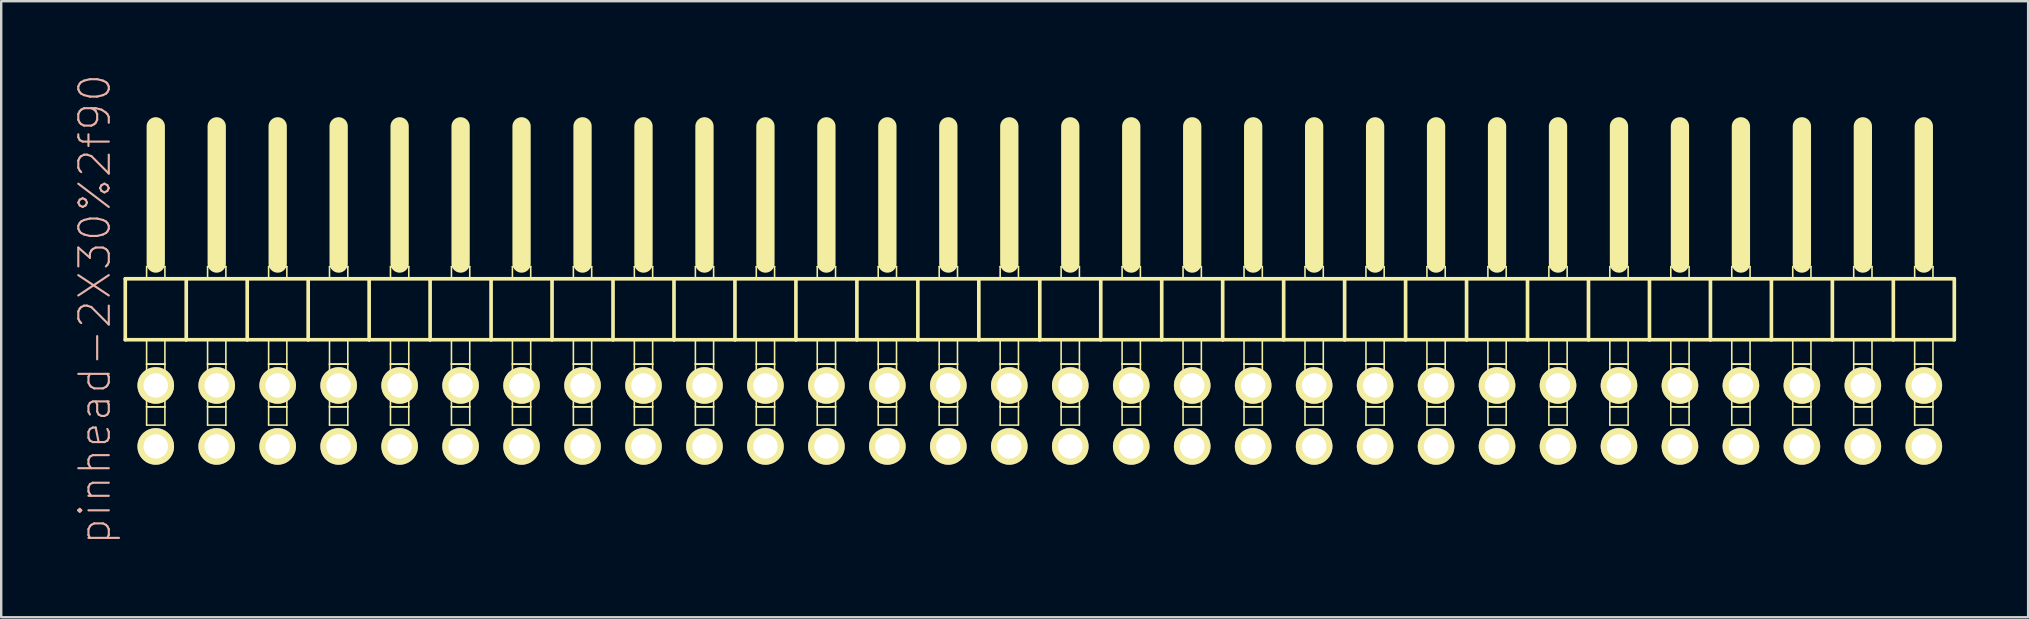
<source format=kicad_pcb>
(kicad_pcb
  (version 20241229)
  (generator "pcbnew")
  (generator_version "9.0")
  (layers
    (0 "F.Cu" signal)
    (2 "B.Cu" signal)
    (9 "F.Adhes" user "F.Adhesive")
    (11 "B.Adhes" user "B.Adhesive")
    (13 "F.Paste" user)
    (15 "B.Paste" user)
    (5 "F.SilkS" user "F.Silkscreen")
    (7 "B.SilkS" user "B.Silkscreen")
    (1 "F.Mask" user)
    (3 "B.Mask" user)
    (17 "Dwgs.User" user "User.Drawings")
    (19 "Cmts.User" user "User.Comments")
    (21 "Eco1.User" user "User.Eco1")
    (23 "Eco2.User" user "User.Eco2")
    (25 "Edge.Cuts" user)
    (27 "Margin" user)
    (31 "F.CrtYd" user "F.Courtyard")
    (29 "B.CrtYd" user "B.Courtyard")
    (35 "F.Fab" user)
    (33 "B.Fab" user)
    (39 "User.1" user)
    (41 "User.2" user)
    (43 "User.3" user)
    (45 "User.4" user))
  (footprint "pinhead-2X30%2f90"
    (layer "F.Cu")
    (at 40.269 9.199)
    (property "Reference" "pinhead-2X30%2f90" (at -39.37 0.635 90) (layer "B.SilkS") (effects (font (size 1.27 1.27) (thickness 0.089))))
    (attr exclude_from_pos_files exclude_from_bom)
    (fp_line (start -38.1 -0.635) (end -38.1 1.905) (stroke (width 0.152) (type solid)) (layer "F.SilkS"))
    (fp_line (start -38.1 1.905) (end -35.56 1.905) (stroke (width 0.152) (type solid)) (layer "F.SilkS"))
    (fp_line (start -37.211 -1.143) (end -36.449 -1.143) (stroke (width 0.066) (type solid)) (layer "F.SilkS"))
    (fp_line (start -37.211 -0.635) (end -37.211 -1.143) (stroke (width 0.066) (type solid)) (layer "F.SilkS"))
    (fp_line (start -37.211 -0.635) (end -36.449 -0.635) (stroke (width 0.066) (type solid)) (layer "F.SilkS"))
    (fp_line (start -37.211 1.905) (end -36.449 1.905) (stroke (width 0.066) (type solid)) (layer "F.SilkS"))
    (fp_line (start -37.211 2.921) (end -37.211 1.905) (stroke (width 0.066) (type solid)) (layer "F.SilkS"))
    (fp_line (start -37.211 2.921) (end -36.449 2.921) (stroke (width 0.066) (type solid)) (layer "F.SilkS"))
    (fp_line (start -37.211 2.921) (end -36.449 2.921) (stroke (width 0.066) (type solid)) (layer "F.SilkS"))
    (fp_line (start -37.211 4.699) (end -37.211 2.921) (stroke (width 0.066) (type solid)) (layer "F.SilkS"))
    (fp_line (start -37.211 4.699) (end -36.449 4.699) (stroke (width 0.066) (type solid)) (layer "F.SilkS"))
    (fp_line (start -37.211 4.699) (end -36.449 4.699) (stroke (width 0.066) (type solid)) (layer "F.SilkS"))
    (fp_line (start -37.211 5.461) (end -37.211 4.699) (stroke (width 0.066) (type solid)) (layer "F.SilkS"))
    (fp_line (start -37.211 5.461) (end -36.449 5.461) (stroke (width 0.066) (type solid)) (layer "F.SilkS"))
    (fp_line (start -36.83 -6.985) (end -36.83 -1.27) (stroke (width 0.762) (type solid)) (layer "F.SilkS"))
    (fp_line (start -36.449 -0.635) (end -36.449 -1.143) (stroke (width 0.066) (type solid)) (layer "F.SilkS"))
    (fp_line (start -36.449 2.921) (end -36.449 1.905) (stroke (width 0.066) (type solid)) (layer "F.SilkS"))
    (fp_line (start -36.449 4.699) (end -36.449 2.921) (stroke (width 0.066) (type solid)) (layer "F.SilkS"))
    (fp_line (start -36.449 5.461) (end -36.449 4.699) (stroke (width 0.066) (type solid)) (layer "F.SilkS"))
    (fp_line (start -35.56 -0.635) (end -38.1 -0.635) (stroke (width 0.152) (type solid)) (layer "F.SilkS"))
    (fp_line (start -35.56 1.905) (end -35.56 -0.635) (stroke (width 0.152) (type solid)) (layer "F.SilkS"))
    (fp_line (start -35.56 1.905) (end -33.02 1.905) (stroke (width 0.152) (type solid)) (layer "F.SilkS"))
    (fp_line (start -34.671 -1.143) (end -33.909 -1.143) (stroke (width 0.066) (type solid)) (layer "F.SilkS"))
    (fp_line (start -34.671 -0.635) (end -34.671 -1.143) (stroke (width 0.066) (type solid)) (layer "F.SilkS"))
    (fp_line (start -34.671 -0.635) (end -33.909 -0.635) (stroke (width 0.066) (type solid)) (layer "F.SilkS"))
    (fp_line (start -34.671 1.905) (end -33.909 1.905) (stroke (width 0.066) (type solid)) (layer "F.SilkS"))
    (fp_line (start -34.671 2.921) (end -34.671 1.905) (stroke (width 0.066) (type solid)) (layer "F.SilkS"))
    (fp_line (start -34.671 2.921) (end -33.909 2.921) (stroke (width 0.066) (type solid)) (layer "F.SilkS"))
    (fp_line (start -34.671 2.921) (end -33.909 2.921) (stroke (width 0.066) (type solid)) (layer "F.SilkS"))
    (fp_line (start -34.671 4.699) (end -34.671 2.921) (stroke (width 0.066) (type solid)) (layer "F.SilkS"))
    (fp_line (start -34.671 4.699) (end -33.909 4.699) (stroke (width 0.066) (type solid)) (layer "F.SilkS"))
    (fp_line (start -34.671 4.699) (end -33.909 4.699) (stroke (width 0.066) (type solid)) (layer "F.SilkS"))
    (fp_line (start -34.671 5.461) (end -34.671 4.699) (stroke (width 0.066) (type solid)) (layer "F.SilkS"))
    (fp_line (start -34.671 5.461) (end -33.909 5.461) (stroke (width 0.066) (type solid)) (layer "F.SilkS"))
    (fp_line (start -34.29 -6.985) (end -34.29 -1.27) (stroke (width 0.762) (type solid)) (layer "F.SilkS"))
    (fp_line (start -33.909 -0.635) (end -33.909 -1.143) (stroke (width 0.066) (type solid)) (layer "F.SilkS"))
    (fp_line (start -33.909 2.921) (end -33.909 1.905) (stroke (width 0.066) (type solid)) (layer "F.SilkS"))
    (fp_line (start -33.909 4.699) (end -33.909 2.921) (stroke (width 0.066) (type solid)) (layer "F.SilkS"))
    (fp_line (start -33.909 5.461) (end -33.909 4.699) (stroke (width 0.066) (type solid)) (layer "F.SilkS"))
    (fp_line (start -33.02 -0.635) (end -35.56 -0.635) (stroke (width 0.152) (type solid)) (layer "F.SilkS"))
    (fp_line (start -33.02 1.905) (end -33.02 -0.635) (stroke (width 0.152) (type solid)) (layer "F.SilkS"))
    (fp_line (start -33.02 1.905) (end -30.48 1.905) (stroke (width 0.152) (type solid)) (layer "F.SilkS"))
    (fp_line (start -32.128 -1.143) (end -31.369 -1.143) (stroke (width 0.066) (type solid)) (layer "F.SilkS"))
    (fp_line (start -32.128 -0.635) (end -32.128 -1.143) (stroke (width 0.066) (type solid)) (layer "F.SilkS"))
    (fp_line (start -32.128 -0.635) (end -31.369 -0.635) (stroke (width 0.066) (type solid)) (layer "F.SilkS"))
    (fp_line (start -32.128 1.905) (end -31.369 1.905) (stroke (width 0.066) (type solid)) (layer "F.SilkS"))
    (fp_line (start -32.128 2.921) (end -32.128 1.905) (stroke (width 0.066) (type solid)) (layer "F.SilkS"))
    (fp_line (start -32.128 2.921) (end -31.369 2.921) (stroke (width 0.066) (type solid)) (layer "F.SilkS"))
    (fp_line (start -32.128 2.921) (end -31.369 2.921) (stroke (width 0.066) (type solid)) (layer "F.SilkS"))
    (fp_line (start -32.128 4.699) (end -32.128 2.921) (stroke (width 0.066) (type solid)) (layer "F.SilkS"))
    (fp_line (start -32.128 4.699) (end -31.369 4.699) (stroke (width 0.066) (type solid)) (layer "F.SilkS"))
    (fp_line (start -32.128 4.699) (end -31.369 4.699) (stroke (width 0.066) (type solid)) (layer "F.SilkS"))
    (fp_line (start -32.128 5.461) (end -32.128 4.699) (stroke (width 0.066) (type solid)) (layer "F.SilkS"))
    (fp_line (start -32.128 5.461) (end -31.369 5.461) (stroke (width 0.066) (type solid)) (layer "F.SilkS"))
    (fp_line (start -31.75 -6.985) (end -31.75 -1.27) (stroke (width 0.762) (type solid)) (layer "F.SilkS"))
    (fp_line (start -31.369 -0.635) (end -31.369 -1.143) (stroke (width 0.066) (type solid)) (layer "F.SilkS"))
    (fp_line (start -31.369 2.921) (end -31.369 1.905) (stroke (width 0.066) (type solid)) (layer "F.SilkS"))
    (fp_line (start -31.369 4.699) (end -31.369 2.921) (stroke (width 0.066) (type solid)) (layer "F.SilkS"))
    (fp_line (start -31.369 5.461) (end -31.369 4.699) (stroke (width 0.066) (type solid)) (layer "F.SilkS"))
    (fp_line (start -30.48 -0.635) (end -33.02 -0.635) (stroke (width 0.152) (type solid)) (layer "F.SilkS"))
    (fp_line (start -30.48 1.905) (end -30.48 -0.635) (stroke (width 0.152) (type solid)) (layer "F.SilkS"))
    (fp_line (start -30.48 1.905) (end -27.94 1.905) (stroke (width 0.152) (type solid)) (layer "F.SilkS"))
    (fp_line (start -29.591 -1.143) (end -28.829 -1.143) (stroke (width 0.066) (type solid)) (layer "F.SilkS"))
    (fp_line (start -29.591 -0.635) (end -29.591 -1.143) (stroke (width 0.066) (type solid)) (layer "F.SilkS"))
    (fp_line (start -29.591 -0.635) (end -28.829 -0.635) (stroke (width 0.066) (type solid)) (layer "F.SilkS"))
    (fp_line (start -29.591 1.905) (end -28.829 1.905) (stroke (width 0.066) (type solid)) (layer "F.SilkS"))
    (fp_line (start -29.591 2.921) (end -29.591 1.905) (stroke (width 0.066) (type solid)) (layer "F.SilkS"))
    (fp_line (start -29.591 2.921) (end -28.829 2.921) (stroke (width 0.066) (type solid)) (layer "F.SilkS"))
    (fp_line (start -29.591 2.921) (end -28.829 2.921) (stroke (width 0.066) (type solid)) (layer "F.SilkS"))
    (fp_line (start -29.591 4.699) (end -29.591 2.921) (stroke (width 0.066) (type solid)) (layer "F.SilkS"))
    (fp_line (start -29.591 4.699) (end -28.829 4.699) (stroke (width 0.066) (type solid)) (layer "F.SilkS"))
    (fp_line (start -29.591 4.699) (end -28.829 4.699) (stroke (width 0.066) (type solid)) (layer "F.SilkS"))
    (fp_line (start -29.591 5.461) (end -29.591 4.699) (stroke (width 0.066) (type solid)) (layer "F.SilkS"))
    (fp_line (start -29.591 5.461) (end -28.829 5.461) (stroke (width 0.066) (type solid)) (layer "F.SilkS"))
    (fp_line (start -29.21 -6.985) (end -29.21 -1.27) (stroke (width 0.762) (type solid)) (layer "F.SilkS"))
    (fp_line (start -28.829 -0.635) (end -28.829 -1.143) (stroke (width 0.066) (type solid)) (layer "F.SilkS"))
    (fp_line (start -28.829 2.921) (end -28.829 1.905) (stroke (width 0.066) (type solid)) (layer "F.SilkS"))
    (fp_line (start -28.829 4.699) (end -28.829 2.921) (stroke (width 0.066) (type solid)) (layer "F.SilkS"))
    (fp_line (start -28.829 5.461) (end -28.829 4.699) (stroke (width 0.066) (type solid)) (layer "F.SilkS"))
    (fp_line (start -27.94 -0.635) (end -30.48 -0.635) (stroke (width 0.152) (type solid)) (layer "F.SilkS"))
    (fp_line (start -27.94 1.905) (end -27.94 -0.635) (stroke (width 0.152) (type solid)) (layer "F.SilkS"))
    (fp_line (start -27.94 1.905) (end -25.4 1.905) (stroke (width 0.152) (type solid)) (layer "F.SilkS"))
    (fp_line (start -27.051 -1.143) (end -26.289 -1.143) (stroke (width 0.066) (type solid)) (layer "F.SilkS"))
    (fp_line (start -27.051 -0.635) (end -27.051 -1.143) (stroke (width 0.066) (type solid)) (layer "F.SilkS"))
    (fp_line (start -27.051 -0.635) (end -26.289 -0.635) (stroke (width 0.066) (type solid)) (layer "F.SilkS"))
    (fp_line (start -27.051 1.905) (end -26.289 1.905) (stroke (width 0.066) (type solid)) (layer "F.SilkS"))
    (fp_line (start -27.051 2.921) (end -27.051 1.905) (stroke (width 0.066) (type solid)) (layer "F.SilkS"))
    (fp_line (start -27.051 2.921) (end -26.289 2.921) (stroke (width 0.066) (type solid)) (layer "F.SilkS"))
    (fp_line (start -27.051 2.921) (end -26.289 2.921) (stroke (width 0.066) (type solid)) (layer "F.SilkS"))
    (fp_line (start -27.051 4.699) (end -27.051 2.921) (stroke (width 0.066) (type solid)) (layer "F.SilkS"))
    (fp_line (start -27.051 4.699) (end -26.289 4.699) (stroke (width 0.066) (type solid)) (layer "F.SilkS"))
    (fp_line (start -27.051 4.699) (end -26.289 4.699) (stroke (width 0.066) (type solid)) (layer "F.SilkS"))
    (fp_line (start -27.051 5.461) (end -27.051 4.699) (stroke (width 0.066) (type solid)) (layer "F.SilkS"))
    (fp_line (start -27.051 5.461) (end -26.289 5.461) (stroke (width 0.066) (type solid)) (layer "F.SilkS"))
    (fp_line (start -26.67 -6.985) (end -26.67 -1.27) (stroke (width 0.762) (type solid)) (layer "F.SilkS"))
    (fp_line (start -26.289 -0.635) (end -26.289 -1.143) (stroke (width 0.066) (type solid)) (layer "F.SilkS"))
    (fp_line (start -26.289 2.921) (end -26.289 1.905) (stroke (width 0.066) (type solid)) (layer "F.SilkS"))
    (fp_line (start -26.289 4.699) (end -26.289 2.921) (stroke (width 0.066) (type solid)) (layer "F.SilkS"))
    (fp_line (start -26.289 5.461) (end -26.289 4.699) (stroke (width 0.066) (type solid)) (layer "F.SilkS"))
    (fp_line (start -25.4 -0.635) (end -27.94 -0.635) (stroke (width 0.152) (type solid)) (layer "F.SilkS"))
    (fp_line (start -25.4 1.905) (end -25.4 -0.635) (stroke (width 0.152) (type solid)) (layer "F.SilkS"))
    (fp_line (start -25.4 1.905) (end -22.86 1.905) (stroke (width 0.152) (type solid)) (layer "F.SilkS"))
    (fp_line (start -24.511 -1.143) (end -23.749 -1.143) (stroke (width 0.066) (type solid)) (layer "F.SilkS"))
    (fp_line (start -24.511 -0.635) (end -24.511 -1.143) (stroke (width 0.066) (type solid)) (layer "F.SilkS"))
    (fp_line (start -24.511 -0.635) (end -23.749 -0.635) (stroke (width 0.066) (type solid)) (layer "F.SilkS"))
    (fp_line (start -24.511 1.905) (end -23.749 1.905) (stroke (width 0.066) (type solid)) (layer "F.SilkS"))
    (fp_line (start -24.511 2.921) (end -24.511 1.905) (stroke (width 0.066) (type solid)) (layer "F.SilkS"))
    (fp_line (start -24.511 2.921) (end -23.749 2.921) (stroke (width 0.066) (type solid)) (layer "F.SilkS"))
    (fp_line (start -24.511 2.921) (end -23.749 2.921) (stroke (width 0.066) (type solid)) (layer "F.SilkS"))
    (fp_line (start -24.511 4.699) (end -24.511 2.921) (stroke (width 0.066) (type solid)) (layer "F.SilkS"))
    (fp_line (start -24.511 4.699) (end -23.749 4.699) (stroke (width 0.066) (type solid)) (layer "F.SilkS"))
    (fp_line (start -24.511 4.699) (end -23.749 4.699) (stroke (width 0.066) (type solid)) (layer "F.SilkS"))
    (fp_line (start -24.511 5.461) (end -24.511 4.699) (stroke (width 0.066) (type solid)) (layer "F.SilkS"))
    (fp_line (start -24.511 5.461) (end -23.749 5.461) (stroke (width 0.066) (type solid)) (layer "F.SilkS"))
    (fp_line (start -24.13 -6.985) (end -24.13 -1.27) (stroke (width 0.762) (type solid)) (layer "F.SilkS"))
    (fp_line (start -23.749 -0.635) (end -23.749 -1.143) (stroke (width 0.066) (type solid)) (layer "F.SilkS"))
    (fp_line (start -23.749 2.921) (end -23.749 1.905) (stroke (width 0.066) (type solid)) (layer "F.SilkS"))
    (fp_line (start -23.749 4.699) (end -23.749 2.921) (stroke (width 0.066) (type solid)) (layer "F.SilkS"))
    (fp_line (start -23.749 5.461) (end -23.749 4.699) (stroke (width 0.066) (type solid)) (layer "F.SilkS"))
    (fp_line (start -22.86 -0.635) (end -25.4 -0.635) (stroke (width 0.152) (type solid)) (layer "F.SilkS"))
    (fp_line (start -22.86 1.905) (end -22.86 -0.635) (stroke (width 0.152) (type solid)) (layer "F.SilkS"))
    (fp_line (start -22.86 1.905) (end -20.32 1.905) (stroke (width 0.152) (type solid)) (layer "F.SilkS"))
    (fp_line (start -21.971 -1.143) (end -21.209 -1.143) (stroke (width 0.066) (type solid)) (layer "F.SilkS"))
    (fp_line (start -21.971 -0.635) (end -21.971 -1.143) (stroke (width 0.066) (type solid)) (layer "F.SilkS"))
    (fp_line (start -21.971 -0.635) (end -21.209 -0.635) (stroke (width 0.066) (type solid)) (layer "F.SilkS"))
    (fp_line (start -21.971 1.905) (end -21.209 1.905) (stroke (width 0.066) (type solid)) (layer "F.SilkS"))
    (fp_line (start -21.971 2.921) (end -21.971 1.905) (stroke (width 0.066) (type solid)) (layer "F.SilkS"))
    (fp_line (start -21.971 2.921) (end -21.209 2.921) (stroke (width 0.066) (type solid)) (layer "F.SilkS"))
    (fp_line (start -21.971 2.921) (end -21.209 2.921) (stroke (width 0.066) (type solid)) (layer "F.SilkS"))
    (fp_line (start -21.971 4.699) (end -21.971 2.921) (stroke (width 0.066) (type solid)) (layer "F.SilkS"))
    (fp_line (start -21.971 4.699) (end -21.209 4.699) (stroke (width 0.066) (type solid)) (layer "F.SilkS"))
    (fp_line (start -21.971 4.699) (end -21.209 4.699) (stroke (width 0.066) (type solid)) (layer "F.SilkS"))
    (fp_line (start -21.971 5.461) (end -21.971 4.699) (stroke (width 0.066) (type solid)) (layer "F.SilkS"))
    (fp_line (start -21.971 5.461) (end -21.209 5.461) (stroke (width 0.066) (type solid)) (layer "F.SilkS"))
    (fp_line (start -21.59 -6.985) (end -21.59 -1.27) (stroke (width 0.762) (type solid)) (layer "F.SilkS"))
    (fp_line (start -21.209 -0.635) (end -21.209 -1.143) (stroke (width 0.066) (type solid)) (layer "F.SilkS"))
    (fp_line (start -21.209 2.921) (end -21.209 1.905) (stroke (width 0.066) (type solid)) (layer "F.SilkS"))
    (fp_line (start -21.209 4.699) (end -21.209 2.921) (stroke (width 0.066) (type solid)) (layer "F.SilkS"))
    (fp_line (start -21.209 5.461) (end -21.209 4.699) (stroke (width 0.066) (type solid)) (layer "F.SilkS"))
    (fp_line (start -20.32 -0.635) (end -22.86 -0.635) (stroke (width 0.152) (type solid)) (layer "F.SilkS"))
    (fp_line (start -20.32 1.905) (end -20.32 -0.635) (stroke (width 0.152) (type solid)) (layer "F.SilkS"))
    (fp_line (start -20.32 1.905) (end -17.78 1.905) (stroke (width 0.152) (type solid)) (layer "F.SilkS"))
    (fp_line (start -19.431 -1.143) (end -18.669 -1.143) (stroke (width 0.066) (type solid)) (layer "F.SilkS"))
    (fp_line (start -19.431 -0.635) (end -19.431 -1.143) (stroke (width 0.066) (type solid)) (layer "F.SilkS"))
    (fp_line (start -19.431 -0.635) (end -18.669 -0.635) (stroke (width 0.066) (type solid)) (layer "F.SilkS"))
    (fp_line (start -19.431 1.905) (end -18.669 1.905) (stroke (width 0.066) (type solid)) (layer "F.SilkS"))
    (fp_line (start -19.431 2.921) (end -19.431 1.905) (stroke (width 0.066) (type solid)) (layer "F.SilkS"))
    (fp_line (start -19.431 2.921) (end -18.669 2.921) (stroke (width 0.066) (type solid)) (layer "F.SilkS"))
    (fp_line (start -19.431 2.921) (end -18.669 2.921) (stroke (width 0.066) (type solid)) (layer "F.SilkS"))
    (fp_line (start -19.431 4.699) (end -19.431 2.921) (stroke (width 0.066) (type solid)) (layer "F.SilkS"))
    (fp_line (start -19.431 4.699) (end -18.669 4.699) (stroke (width 0.066) (type solid)) (layer "F.SilkS"))
    (fp_line (start -19.431 4.699) (end -18.669 4.699) (stroke (width 0.066) (type solid)) (layer "F.SilkS"))
    (fp_line (start -19.431 5.461) (end -19.431 4.699) (stroke (width 0.066) (type solid)) (layer "F.SilkS"))
    (fp_line (start -19.431 5.461) (end -18.669 5.461) (stroke (width 0.066) (type solid)) (layer "F.SilkS"))
    (fp_line (start -19.05 -6.985) (end -19.05 -1.27) (stroke (width 0.762) (type solid)) (layer "F.SilkS"))
    (fp_line (start -18.669 -0.635) (end -18.669 -1.143) (stroke (width 0.066) (type solid)) (layer "F.SilkS"))
    (fp_line (start -18.669 2.921) (end -18.669 1.905) (stroke (width 0.066) (type solid)) (layer "F.SilkS"))
    (fp_line (start -18.669 4.699) (end -18.669 2.921) (stroke (width 0.066) (type solid)) (layer "F.SilkS"))
    (fp_line (start -18.669 5.461) (end -18.669 4.699) (stroke (width 0.066) (type solid)) (layer "F.SilkS"))
    (fp_line (start -17.78 -0.635) (end -20.32 -0.635) (stroke (width 0.152) (type solid)) (layer "F.SilkS"))
    (fp_line (start -17.78 1.905) (end -17.78 -0.635) (stroke (width 0.152) (type solid)) (layer "F.SilkS"))
    (fp_line (start -17.78 1.905) (end -15.24 1.905) (stroke (width 0.152) (type solid)) (layer "F.SilkS"))
    (fp_line (start -16.891 -1.143) (end -16.129 -1.143) (stroke (width 0.066) (type solid)) (layer "F.SilkS"))
    (fp_line (start -16.891 -0.635) (end -16.891 -1.143) (stroke (width 0.066) (type solid)) (layer "F.SilkS"))
    (fp_line (start -16.891 -0.635) (end -16.129 -0.635) (stroke (width 0.066) (type solid)) (layer "F.SilkS"))
    (fp_line (start -16.891 1.905) (end -16.129 1.905) (stroke (width 0.066) (type solid)) (layer "F.SilkS"))
    (fp_line (start -16.891 2.921) (end -16.891 1.905) (stroke (width 0.066) (type solid)) (layer "F.SilkS"))
    (fp_line (start -16.891 2.921) (end -16.129 2.921) (stroke (width 0.066) (type solid)) (layer "F.SilkS"))
    (fp_line (start -16.891 2.921) (end -16.129 2.921) (stroke (width 0.066) (type solid)) (layer "F.SilkS"))
    (fp_line (start -16.891 4.699) (end -16.891 2.921) (stroke (width 0.066) (type solid)) (layer "F.SilkS"))
    (fp_line (start -16.891 4.699) (end -16.129 4.699) (stroke (width 0.066) (type solid)) (layer "F.SilkS"))
    (fp_line (start -16.891 4.699) (end -16.129 4.699) (stroke (width 0.066) (type solid)) (layer "F.SilkS"))
    (fp_line (start -16.891 5.461) (end -16.891 4.699) (stroke (width 0.066) (type solid)) (layer "F.SilkS"))
    (fp_line (start -16.891 5.461) (end -16.129 5.461) (stroke (width 0.066) (type solid)) (layer "F.SilkS"))
    (fp_line (start -16.51 -6.985) (end -16.51 -1.27) (stroke (width 0.762) (type solid)) (layer "F.SilkS"))
    (fp_line (start -16.129 -0.635) (end -16.129 -1.143) (stroke (width 0.066) (type solid)) (layer "F.SilkS"))
    (fp_line (start -16.129 2.921) (end -16.129 1.905) (stroke (width 0.066) (type solid)) (layer "F.SilkS"))
    (fp_line (start -16.129 4.699) (end -16.129 2.921) (stroke (width 0.066) (type solid)) (layer "F.SilkS"))
    (fp_line (start -16.129 5.461) (end -16.129 4.699) (stroke (width 0.066) (type solid)) (layer "F.SilkS"))
    (fp_line (start -15.24 -0.635) (end -17.78 -0.635) (stroke (width 0.152) (type solid)) (layer "F.SilkS"))
    (fp_line (start -15.24 1.905) (end -15.24 -0.635) (stroke (width 0.152) (type solid)) (layer "F.SilkS"))
    (fp_line (start -15.24 1.905) (end -12.7 1.905) (stroke (width 0.152) (type solid)) (layer "F.SilkS"))
    (fp_line (start -14.348 -1.143) (end -13.589 -1.143) (stroke (width 0.066) (type solid)) (layer "F.SilkS"))
    (fp_line (start -14.348 -0.635) (end -14.348 -1.143) (stroke (width 0.066) (type solid)) (layer "F.SilkS"))
    (fp_line (start -14.348 -0.635) (end -13.589 -0.635) (stroke (width 0.066) (type solid)) (layer "F.SilkS"))
    (fp_line (start -14.348 1.905) (end -13.589 1.905) (stroke (width 0.066) (type solid)) (layer "F.SilkS"))
    (fp_line (start -14.348 2.921) (end -14.348 1.905) (stroke (width 0.066) (type solid)) (layer "F.SilkS"))
    (fp_line (start -14.348 2.921) (end -13.589 2.921) (stroke (width 0.066) (type solid)) (layer "F.SilkS"))
    (fp_line (start -14.348 2.921) (end -13.589 2.921) (stroke (width 0.066) (type solid)) (layer "F.SilkS"))
    (fp_line (start -14.348 4.699) (end -14.348 2.921) (stroke (width 0.066) (type solid)) (layer "F.SilkS"))
    (fp_line (start -14.348 4.699) (end -13.589 4.699) (stroke (width 0.066) (type solid)) (layer "F.SilkS"))
    (fp_line (start -14.348 4.699) (end -13.589 4.699) (stroke (width 0.066) (type solid)) (layer "F.SilkS"))
    (fp_line (start -14.348 5.461) (end -14.348 4.699) (stroke (width 0.066) (type solid)) (layer "F.SilkS"))
    (fp_line (start -14.348 5.461) (end -13.589 5.461) (stroke (width 0.066) (type solid)) (layer "F.SilkS"))
    (fp_line (start -13.97 -6.985) (end -13.97 -1.27) (stroke (width 0.762) (type solid)) (layer "F.SilkS"))
    (fp_line (start -13.589 -0.635) (end -13.589 -1.143) (stroke (width 0.066) (type solid)) (layer "F.SilkS"))
    (fp_line (start -13.589 2.921) (end -13.589 1.905) (stroke (width 0.066) (type solid)) (layer "F.SilkS"))
    (fp_line (start -13.589 4.699) (end -13.589 2.921) (stroke (width 0.066) (type solid)) (layer "F.SilkS"))
    (fp_line (start -13.589 5.461) (end -13.589 4.699) (stroke (width 0.066) (type solid)) (layer "F.SilkS"))
    (fp_line (start -12.7 -0.635) (end -15.24 -0.635) (stroke (width 0.152) (type solid)) (layer "F.SilkS"))
    (fp_line (start -12.7 1.905) (end -12.7 -0.635) (stroke (width 0.152) (type solid)) (layer "F.SilkS"))
    (fp_line (start -12.7 1.905) (end -10.16 1.905) (stroke (width 0.152) (type solid)) (layer "F.SilkS"))
    (fp_line (start -11.811 -1.143) (end -11.049 -1.143) (stroke (width 0.066) (type solid)) (layer "F.SilkS"))
    (fp_line (start -11.811 -0.635) (end -11.811 -1.143) (stroke (width 0.066) (type solid)) (layer "F.SilkS"))
    (fp_line (start -11.811 -0.635) (end -11.049 -0.635) (stroke (width 0.066) (type solid)) (layer "F.SilkS"))
    (fp_line (start -11.811 1.905) (end -11.049 1.905) (stroke (width 0.066) (type solid)) (layer "F.SilkS"))
    (fp_line (start -11.811 2.921) (end -11.811 1.905) (stroke (width 0.066) (type solid)) (layer "F.SilkS"))
    (fp_line (start -11.811 2.921) (end -11.049 2.921) (stroke (width 0.066) (type solid)) (layer "F.SilkS"))
    (fp_line (start -11.811 2.921) (end -11.049 2.921) (stroke (width 0.066) (type solid)) (layer "F.SilkS"))
    (fp_line (start -11.811 4.699) (end -11.811 2.921) (stroke (width 0.066) (type solid)) (layer "F.SilkS"))
    (fp_line (start -11.811 4.699) (end -11.049 4.699) (stroke (width 0.066) (type solid)) (layer "F.SilkS"))
    (fp_line (start -11.811 4.699) (end -11.049 4.699) (stroke (width 0.066) (type solid)) (layer "F.SilkS"))
    (fp_line (start -11.811 5.461) (end -11.811 4.699) (stroke (width 0.066) (type solid)) (layer "F.SilkS"))
    (fp_line (start -11.811 5.461) (end -11.049 5.461) (stroke (width 0.066) (type solid)) (layer "F.SilkS"))
    (fp_line (start -11.43 -6.985) (end -11.43 -1.27) (stroke (width 0.762) (type solid)) (layer "F.SilkS"))
    (fp_line (start -11.049 -0.635) (end -11.049 -1.143) (stroke (width 0.066) (type solid)) (layer "F.SilkS"))
    (fp_line (start -11.049 2.921) (end -11.049 1.905) (stroke (width 0.066) (type solid)) (layer "F.SilkS"))
    (fp_line (start -11.049 4.699) (end -11.049 2.921) (stroke (width 0.066) (type solid)) (layer "F.SilkS"))
    (fp_line (start -11.049 5.461) (end -11.049 4.699) (stroke (width 0.066) (type solid)) (layer "F.SilkS"))
    (fp_line (start -10.16 -0.635) (end -12.7 -0.635) (stroke (width 0.152) (type solid)) (layer "F.SilkS"))
    (fp_line (start -10.16 1.905) (end -10.16 -0.635) (stroke (width 0.152) (type solid)) (layer "F.SilkS"))
    (fp_line (start -10.16 1.905) (end -7.62 1.905) (stroke (width 0.152) (type solid)) (layer "F.SilkS"))
    (fp_line (start -9.271 -1.143) (end -8.509 -1.143) (stroke (width 0.066) (type solid)) (layer "F.SilkS"))
    (fp_line (start -9.271 -0.635) (end -9.271 -1.143) (stroke (width 0.066) (type solid)) (layer "F.SilkS"))
    (fp_line (start -9.271 -0.635) (end -8.509 -0.635) (stroke (width 0.066) (type solid)) (layer "F.SilkS"))
    (fp_line (start -9.271 1.905) (end -8.509 1.905) (stroke (width 0.066) (type solid)) (layer "F.SilkS"))
    (fp_line (start -9.271 2.921) (end -9.271 1.905) (stroke (width 0.066) (type solid)) (layer "F.SilkS"))
    (fp_line (start -9.271 2.921) (end -8.509 2.921) (stroke (width 0.066) (type solid)) (layer "F.SilkS"))
    (fp_line (start -9.271 2.921) (end -8.509 2.921) (stroke (width 0.066) (type solid)) (layer "F.SilkS"))
    (fp_line (start -9.271 4.699) (end -9.271 2.921) (stroke (width 0.066) (type solid)) (layer "F.SilkS"))
    (fp_line (start -9.271 4.699) (end -8.509 4.699) (stroke (width 0.066) (type solid)) (layer "F.SilkS"))
    (fp_line (start -9.271 4.699) (end -8.509 4.699) (stroke (width 0.066) (type solid)) (layer "F.SilkS"))
    (fp_line (start -9.271 5.461) (end -9.271 4.699) (stroke (width 0.066) (type solid)) (layer "F.SilkS"))
    (fp_line (start -9.271 5.461) (end -8.509 5.461) (stroke (width 0.066) (type solid)) (layer "F.SilkS"))
    (fp_line (start -8.89 -6.985) (end -8.89 -1.27) (stroke (width 0.762) (type solid)) (layer "F.SilkS"))
    (fp_line (start -8.509 -0.635) (end -8.509 -1.143) (stroke (width 0.066) (type solid)) (layer "F.SilkS"))
    (fp_line (start -8.509 2.921) (end -8.509 1.905) (stroke (width 0.066) (type solid)) (layer "F.SilkS"))
    (fp_line (start -8.509 4.699) (end -8.509 2.921) (stroke (width 0.066) (type solid)) (layer "F.SilkS"))
    (fp_line (start -8.509 5.461) (end -8.509 4.699) (stroke (width 0.066) (type solid)) (layer "F.SilkS"))
    (fp_line (start -7.62 -0.635) (end -10.16 -0.635) (stroke (width 0.152) (type solid)) (layer "F.SilkS"))
    (fp_line (start -7.62 1.905) (end -7.62 -0.635) (stroke (width 0.152) (type solid)) (layer "F.SilkS"))
    (fp_line (start -7.62 1.905) (end -5.08 1.905) (stroke (width 0.152) (type solid)) (layer "F.SilkS"))
    (fp_line (start -6.731 -1.143) (end -5.969 -1.143) (stroke (width 0.066) (type solid)) (layer "F.SilkS"))
    (fp_line (start -6.731 -0.635) (end -6.731 -1.143) (stroke (width 0.066) (type solid)) (layer "F.SilkS"))
    (fp_line (start -6.731 -0.635) (end -5.969 -0.635) (stroke (width 0.066) (type solid)) (layer "F.SilkS"))
    (fp_line (start -6.731 1.905) (end -5.969 1.905) (stroke (width 0.066) (type solid)) (layer "F.SilkS"))
    (fp_line (start -6.731 2.921) (end -6.731 1.905) (stroke (width 0.066) (type solid)) (layer "F.SilkS"))
    (fp_line (start -6.731 2.921) (end -5.969 2.921) (stroke (width 0.066) (type solid)) (layer "F.SilkS"))
    (fp_line (start -6.731 2.921) (end -5.969 2.921) (stroke (width 0.066) (type solid)) (layer "F.SilkS"))
    (fp_line (start -6.731 4.699) (end -6.731 2.921) (stroke (width 0.066) (type solid)) (layer "F.SilkS"))
    (fp_line (start -6.731 4.699) (end -5.969 4.699) (stroke (width 0.066) (type solid)) (layer "F.SilkS"))
    (fp_line (start -6.731 4.699) (end -5.969 4.699) (stroke (width 0.066) (type solid)) (layer "F.SilkS"))
    (fp_line (start -6.731 5.461) (end -6.731 4.699) (stroke (width 0.066) (type solid)) (layer "F.SilkS"))
    (fp_line (start -6.731 5.461) (end -5.969 5.461) (stroke (width 0.066) (type solid)) (layer "F.SilkS"))
    (fp_line (start -6.35 -6.985) (end -6.35 -1.27) (stroke (width 0.762) (type solid)) (layer "F.SilkS"))
    (fp_line (start -5.969 -0.635) (end -5.969 -1.143) (stroke (width 0.066) (type solid)) (layer "F.SilkS"))
    (fp_line (start -5.969 2.921) (end -5.969 1.905) (stroke (width 0.066) (type solid)) (layer "F.SilkS"))
    (fp_line (start -5.969 4.699) (end -5.969 2.921) (stroke (width 0.066) (type solid)) (layer "F.SilkS"))
    (fp_line (start -5.969 5.461) (end -5.969 4.699) (stroke (width 0.066) (type solid)) (layer "F.SilkS"))
    (fp_line (start -5.08 -0.635) (end -7.62 -0.635) (stroke (width 0.152) (type solid)) (layer "F.SilkS"))
    (fp_line (start -5.08 1.905) (end -5.08 -0.635) (stroke (width 0.152) (type solid)) (layer "F.SilkS"))
    (fp_line (start -5.08 1.905) (end -2.54 1.905) (stroke (width 0.152) (type solid)) (layer "F.SilkS"))
    (fp_line (start -4.191 -1.143) (end -3.429 -1.143) (stroke (width 0.066) (type solid)) (layer "F.SilkS"))
    (fp_line (start -4.191 -0.635) (end -4.191 -1.143) (stroke (width 0.066) (type solid)) (layer "F.SilkS"))
    (fp_line (start -4.191 -0.635) (end -3.429 -0.635) (stroke (width 0.066) (type solid)) (layer "F.SilkS"))
    (fp_line (start -4.191 1.905) (end -3.429 1.905) (stroke (width 0.066) (type solid)) (layer "F.SilkS"))
    (fp_line (start -4.191 2.921) (end -4.191 1.905) (stroke (width 0.066) (type solid)) (layer "F.SilkS"))
    (fp_line (start -4.191 2.921) (end -3.429 2.921) (stroke (width 0.066) (type solid)) (layer "F.SilkS"))
    (fp_line (start -4.191 2.921) (end -3.429 2.921) (stroke (width 0.066) (type solid)) (layer "F.SilkS"))
    (fp_line (start -4.191 4.699) (end -4.191 2.921) (stroke (width 0.066) (type solid)) (layer "F.SilkS"))
    (fp_line (start -4.191 4.699) (end -3.429 4.699) (stroke (width 0.066) (type solid)) (layer "F.SilkS"))
    (fp_line (start -4.191 4.699) (end -3.429 4.699) (stroke (width 0.066) (type solid)) (layer "F.SilkS"))
    (fp_line (start -4.191 5.461) (end -4.191 4.699) (stroke (width 0.066) (type solid)) (layer "F.SilkS"))
    (fp_line (start -4.191 5.461) (end -3.429 5.461) (stroke (width 0.066) (type solid)) (layer "F.SilkS"))
    (fp_line (start -3.81 -6.985) (end -3.81 -1.27) (stroke (width 0.762) (type solid)) (layer "F.SilkS"))
    (fp_line (start -3.429 -0.635) (end -3.429 -1.143) (stroke (width 0.066) (type solid)) (layer "F.SilkS"))
    (fp_line (start -3.429 2.921) (end -3.429 1.905) (stroke (width 0.066) (type solid)) (layer "F.SilkS"))
    (fp_line (start -3.429 4.699) (end -3.429 2.921) (stroke (width 0.066) (type solid)) (layer "F.SilkS"))
    (fp_line (start -3.429 5.461) (end -3.429 4.699) (stroke (width 0.066) (type solid)) (layer "F.SilkS"))
    (fp_line (start -2.54 -0.635) (end -5.08 -0.635) (stroke (width 0.152) (type solid)) (layer "F.SilkS"))
    (fp_line (start -2.54 1.905) (end -2.54 -0.635) (stroke (width 0.152) (type solid)) (layer "F.SilkS"))
    (fp_line (start -2.54 1.905) (end 0 1.905) (stroke (width 0.152) (type solid)) (layer "F.SilkS"))
    (fp_line (start -1.651 -1.143) (end -0.889 -1.143) (stroke (width 0.066) (type solid)) (layer "F.SilkS"))
    (fp_line (start -1.651 -0.635) (end -1.651 -1.143) (stroke (width 0.066) (type solid)) (layer "F.SilkS"))
    (fp_line (start -1.651 -0.635) (end -0.889 -0.635) (stroke (width 0.066) (type solid)) (layer "F.SilkS"))
    (fp_line (start -1.651 1.905) (end -0.889 1.905) (stroke (width 0.066) (type solid)) (layer "F.SilkS"))
    (fp_line (start -1.651 2.921) (end -1.651 1.905) (stroke (width 0.066) (type solid)) (layer "F.SilkS"))
    (fp_line (start -1.651 2.921) (end -0.889 2.921) (stroke (width 0.066) (type solid)) (layer "F.SilkS"))
    (fp_line (start -1.651 2.921) (end -0.889 2.921) (stroke (width 0.066) (type solid)) (layer "F.SilkS"))
    (fp_line (start -1.651 4.699) (end -1.651 2.921) (stroke (width 0.066) (type solid)) (layer "F.SilkS"))
    (fp_line (start -1.651 4.699) (end -0.889 4.699) (stroke (width 0.066) (type solid)) (layer "F.SilkS"))
    (fp_line (start -1.651 4.699) (end -0.889 4.699) (stroke (width 0.066) (type solid)) (layer "F.SilkS"))
    (fp_line (start -1.651 5.461) (end -1.651 4.699) (stroke (width 0.066) (type solid)) (layer "F.SilkS"))
    (fp_line (start -1.651 5.461) (end -0.889 5.461) (stroke (width 0.066) (type solid)) (layer "F.SilkS"))
    (fp_line (start -1.27 -6.985) (end -1.27 -1.27) (stroke (width 0.762) (type solid)) (layer "F.SilkS"))
    (fp_line (start -0.889 -0.635) (end -0.889 -1.143) (stroke (width 0.066) (type solid)) (layer "F.SilkS"))
    (fp_line (start -0.889 2.921) (end -0.889 1.905) (stroke (width 0.066) (type solid)) (layer "F.SilkS"))
    (fp_line (start -0.889 4.699) (end -0.889 2.921) (stroke (width 0.066) (type solid)) (layer "F.SilkS"))
    (fp_line (start -0.889 5.461) (end -0.889 4.699) (stroke (width 0.066) (type solid)) (layer "F.SilkS"))
    (fp_line (start 0 -0.635) (end -2.54 -0.635) (stroke (width 0.152) (type solid)) (layer "F.SilkS"))
    (fp_line (start 0 1.905) (end 0 -0.635) (stroke (width 0.152) (type solid)) (layer "F.SilkS"))
    (fp_line (start 0 1.905) (end 2.54 1.905) (stroke (width 0.152) (type solid)) (layer "F.SilkS"))
    (fp_line (start 0.889 -1.143) (end 1.651 -1.143) (stroke (width 0.066) (type solid)) (layer "F.SilkS"))
    (fp_line (start 0.889 -0.635) (end 0.889 -1.143) (stroke (width 0.066) (type solid)) (layer "F.SilkS"))
    (fp_line (start 0.889 -0.635) (end 1.651 -0.635) (stroke (width 0.066) (type solid)) (layer "F.SilkS"))
    (fp_line (start 0.889 1.905) (end 1.651 1.905) (stroke (width 0.066) (type solid)) (layer "F.SilkS"))
    (fp_line (start 0.889 2.921) (end 0.889 1.905) (stroke (width 0.066) (type solid)) (layer "F.SilkS"))
    (fp_line (start 0.889 2.921) (end 1.651 2.921) (stroke (width 0.066) (type solid)) (layer "F.SilkS"))
    (fp_line (start 0.889 2.921) (end 1.651 2.921) (stroke (width 0.066) (type solid)) (layer "F.SilkS"))
    (fp_line (start 0.889 4.699) (end 0.889 2.921) (stroke (width 0.066) (type solid)) (layer "F.SilkS"))
    (fp_line (start 0.889 4.699) (end 1.651 4.699) (stroke (width 0.066) (type solid)) (layer "F.SilkS"))
    (fp_line (start 0.889 4.699) (end 1.651 4.699) (stroke (width 0.066) (type solid)) (layer "F.SilkS"))
    (fp_line (start 0.889 5.461) (end 0.889 4.699) (stroke (width 0.066) (type solid)) (layer "F.SilkS"))
    (fp_line (start 0.889 5.461) (end 1.651 5.461) (stroke (width 0.066) (type solid)) (layer "F.SilkS"))
    (fp_line (start 1.27 -6.985) (end 1.27 -1.27) (stroke (width 0.762) (type solid)) (layer "F.SilkS"))
    (fp_line (start 1.651 -0.635) (end 1.651 -1.143) (stroke (width 0.066) (type solid)) (layer "F.SilkS"))
    (fp_line (start 1.651 2.921) (end 1.651 1.905) (stroke (width 0.066) (type solid)) (layer "F.SilkS"))
    (fp_line (start 1.651 4.699) (end 1.651 2.921) (stroke (width 0.066) (type solid)) (layer "F.SilkS"))
    (fp_line (start 1.651 5.461) (end 1.651 4.699) (stroke (width 0.066) (type solid)) (layer "F.SilkS"))
    (fp_line (start 2.54 -0.635) (end 0 -0.635) (stroke (width 0.152) (type solid)) (layer "F.SilkS"))
    (fp_line (start 2.54 1.905) (end 2.54 -0.635) (stroke (width 0.152) (type solid)) (layer "F.SilkS"))
    (fp_line (start 2.54 1.905) (end 5.08 1.905) (stroke (width 0.152) (type solid)) (layer "F.SilkS"))
    (fp_line (start 3.429 -1.143) (end 4.191 -1.143) (stroke (width 0.066) (type solid)) (layer "F.SilkS"))
    (fp_line (start 3.429 -0.635) (end 3.429 -1.143) (stroke (width 0.066) (type solid)) (layer "F.SilkS"))
    (fp_line (start 3.429 -0.635) (end 4.191 -0.635) (stroke (width 0.066) (type solid)) (layer "F.SilkS"))
    (fp_line (start 3.429 1.905) (end 4.191 1.905) (stroke (width 0.066) (type solid)) (layer "F.SilkS"))
    (fp_line (start 3.429 2.921) (end 3.429 1.905) (stroke (width 0.066) (type solid)) (layer "F.SilkS"))
    (fp_line (start 3.429 2.921) (end 4.191 2.921) (stroke (width 0.066) (type solid)) (layer "F.SilkS"))
    (fp_line (start 3.429 2.921) (end 4.191 2.921) (stroke (width 0.066) (type solid)) (layer "F.SilkS"))
    (fp_line (start 3.429 4.699) (end 3.429 2.921) (stroke (width 0.066) (type solid)) (layer "F.SilkS"))
    (fp_line (start 3.429 4.699) (end 4.191 4.699) (stroke (width 0.066) (type solid)) (layer "F.SilkS"))
    (fp_line (start 3.429 4.699) (end 4.191 4.699) (stroke (width 0.066) (type solid)) (layer "F.SilkS"))
    (fp_line (start 3.429 5.461) (end 3.429 4.699) (stroke (width 0.066) (type solid)) (layer "F.SilkS"))
    (fp_line (start 3.429 5.461) (end 4.191 5.461) (stroke (width 0.066) (type solid)) (layer "F.SilkS"))
    (fp_line (start 3.81 -6.985) (end 3.81 -1.27) (stroke (width 0.762) (type solid)) (layer "F.SilkS"))
    (fp_line (start 4.191 -0.635) (end 4.191 -1.143) (stroke (width 0.066) (type solid)) (layer "F.SilkS"))
    (fp_line (start 4.191 2.921) (end 4.191 1.905) (stroke (width 0.066) (type solid)) (layer "F.SilkS"))
    (fp_line (start 4.191 4.699) (end 4.191 2.921) (stroke (width 0.066) (type solid)) (layer "F.SilkS"))
    (fp_line (start 4.191 5.461) (end 4.191 4.699) (stroke (width 0.066) (type solid)) (layer "F.SilkS"))
    (fp_line (start 5.08 -0.635) (end 2.54 -0.635) (stroke (width 0.152) (type solid)) (layer "F.SilkS"))
    (fp_line (start 5.08 1.905) (end 5.08 -0.635) (stroke (width 0.152) (type solid)) (layer "F.SilkS"))
    (fp_line (start 5.08 1.905) (end 7.62 1.905) (stroke (width 0.152) (type solid)) (layer "F.SilkS"))
    (fp_line (start 5.969 -1.143) (end 6.731 -1.143) (stroke (width 0.066) (type solid)) (layer "F.SilkS"))
    (fp_line (start 5.969 -0.635) (end 5.969 -1.143) (stroke (width 0.066) (type solid)) (layer "F.SilkS"))
    (fp_line (start 5.969 -0.635) (end 6.731 -0.635) (stroke (width 0.066) (type solid)) (layer "F.SilkS"))
    (fp_line (start 5.969 1.905) (end 6.731 1.905) (stroke (width 0.066) (type solid)) (layer "F.SilkS"))
    (fp_line (start 5.969 2.921) (end 5.969 1.905) (stroke (width 0.066) (type solid)) (layer "F.SilkS"))
    (fp_line (start 5.969 2.921) (end 6.731 2.921) (stroke (width 0.066) (type solid)) (layer "F.SilkS"))
    (fp_line (start 5.969 2.921) (end 6.731 2.921) (stroke (width 0.066) (type solid)) (layer "F.SilkS"))
    (fp_line (start 5.969 4.699) (end 5.969 2.921) (stroke (width 0.066) (type solid)) (layer "F.SilkS"))
    (fp_line (start 5.969 4.699) (end 6.731 4.699) (stroke (width 0.066) (type solid)) (layer "F.SilkS"))
    (fp_line (start 5.969 4.699) (end 6.731 4.699) (stroke (width 0.066) (type solid)) (layer "F.SilkS"))
    (fp_line (start 5.969 5.461) (end 5.969 4.699) (stroke (width 0.066) (type solid)) (layer "F.SilkS"))
    (fp_line (start 5.969 5.461) (end 6.731 5.461) (stroke (width 0.066) (type solid)) (layer "F.SilkS"))
    (fp_line (start 6.35 -6.985) (end 6.35 -1.27) (stroke (width 0.762) (type solid)) (layer "F.SilkS"))
    (fp_line (start 6.731 -0.635) (end 6.731 -1.143) (stroke (width 0.066) (type solid)) (layer "F.SilkS"))
    (fp_line (start 6.731 2.921) (end 6.731 1.905) (stroke (width 0.066) (type solid)) (layer "F.SilkS"))
    (fp_line (start 6.731 4.699) (end 6.731 2.921) (stroke (width 0.066) (type solid)) (layer "F.SilkS"))
    (fp_line (start 6.731 5.461) (end 6.731 4.699) (stroke (width 0.066) (type solid)) (layer "F.SilkS"))
    (fp_line (start 7.62 -0.635) (end 5.08 -0.635) (stroke (width 0.152) (type solid)) (layer "F.SilkS"))
    (fp_line (start 7.62 1.905) (end 7.62 -0.635) (stroke (width 0.152) (type solid)) (layer "F.SilkS"))
    (fp_line (start 7.62 1.905) (end 10.16 1.905) (stroke (width 0.152) (type solid)) (layer "F.SilkS"))
    (fp_line (start 8.509 -1.143) (end 9.271 -1.143) (stroke (width 0.066) (type solid)) (layer "F.SilkS"))
    (fp_line (start 8.509 -0.635) (end 8.509 -1.143) (stroke (width 0.066) (type solid)) (layer "F.SilkS"))
    (fp_line (start 8.509 -0.635) (end 9.271 -0.635) (stroke (width 0.066) (type solid)) (layer "F.SilkS"))
    (fp_line (start 8.509 1.905) (end 9.271 1.905) (stroke (width 0.066) (type solid)) (layer "F.SilkS"))
    (fp_line (start 8.509 2.921) (end 8.509 1.905) (stroke (width 0.066) (type solid)) (layer "F.SilkS"))
    (fp_line (start 8.509 2.921) (end 9.271 2.921) (stroke (width 0.066) (type solid)) (layer "F.SilkS"))
    (fp_line (start 8.509 2.921) (end 9.271 2.921) (stroke (width 0.066) (type solid)) (layer "F.SilkS"))
    (fp_line (start 8.509 4.699) (end 8.509 2.921) (stroke (width 0.066) (type solid)) (layer "F.SilkS"))
    (fp_line (start 8.509 4.699) (end 9.271 4.699) (stroke (width 0.066) (type solid)) (layer "F.SilkS"))
    (fp_line (start 8.509 4.699) (end 9.271 4.699) (stroke (width 0.066) (type solid)) (layer "F.SilkS"))
    (fp_line (start 8.509 5.461) (end 8.509 4.699) (stroke (width 0.066) (type solid)) (layer "F.SilkS"))
    (fp_line (start 8.509 5.461) (end 9.271 5.461) (stroke (width 0.066) (type solid)) (layer "F.SilkS"))
    (fp_line (start 8.89 -6.985) (end 8.89 -1.27) (stroke (width 0.762) (type solid)) (layer "F.SilkS"))
    (fp_line (start 9.271 -0.635) (end 9.271 -1.143) (stroke (width 0.066) (type solid)) (layer "F.SilkS"))
    (fp_line (start 9.271 2.921) (end 9.271 1.905) (stroke (width 0.066) (type solid)) (layer "F.SilkS"))
    (fp_line (start 9.271 4.699) (end 9.271 2.921) (stroke (width 0.066) (type solid)) (layer "F.SilkS"))
    (fp_line (start 9.271 5.461) (end 9.271 4.699) (stroke (width 0.066) (type solid)) (layer "F.SilkS"))
    (fp_line (start 10.16 -0.635) (end 7.62 -0.635) (stroke (width 0.152) (type solid)) (layer "F.SilkS"))
    (fp_line (start 10.16 1.905) (end 10.16 -0.635) (stroke (width 0.152) (type solid)) (layer "F.SilkS"))
    (fp_line (start 10.16 1.905) (end 12.7 1.905) (stroke (width 0.152) (type solid)) (layer "F.SilkS"))
    (fp_line (start 11.049 -1.143) (end 11.811 -1.143) (stroke (width 0.066) (type solid)) (layer "F.SilkS"))
    (fp_line (start 11.049 -0.635) (end 11.049 -1.143) (stroke (width 0.066) (type solid)) (layer "F.SilkS"))
    (fp_line (start 11.049 -0.635) (end 11.811 -0.635) (stroke (width 0.066) (type solid)) (layer "F.SilkS"))
    (fp_line (start 11.049 1.905) (end 11.811 1.905) (stroke (width 0.066) (type solid)) (layer "F.SilkS"))
    (fp_line (start 11.049 2.921) (end 11.049 1.905) (stroke (width 0.066) (type solid)) (layer "F.SilkS"))
    (fp_line (start 11.049 2.921) (end 11.811 2.921) (stroke (width 0.066) (type solid)) (layer "F.SilkS"))
    (fp_line (start 11.049 2.921) (end 11.811 2.921) (stroke (width 0.066) (type solid)) (layer "F.SilkS"))
    (fp_line (start 11.049 4.699) (end 11.049 2.921) (stroke (width 0.066) (type solid)) (layer "F.SilkS"))
    (fp_line (start 11.049 4.699) (end 11.811 4.699) (stroke (width 0.066) (type solid)) (layer "F.SilkS"))
    (fp_line (start 11.049 4.699) (end 11.811 4.699) (stroke (width 0.066) (type solid)) (layer "F.SilkS"))
    (fp_line (start 11.049 5.461) (end 11.049 4.699) (stroke (width 0.066) (type solid)) (layer "F.SilkS"))
    (fp_line (start 11.049 5.461) (end 11.811 5.461) (stroke (width 0.066) (type solid)) (layer "F.SilkS"))
    (fp_line (start 11.43 -6.985) (end 11.43 -1.27) (stroke (width 0.762) (type solid)) (layer "F.SilkS"))
    (fp_line (start 11.811 -0.635) (end 11.811 -1.143) (stroke (width 0.066) (type solid)) (layer "F.SilkS"))
    (fp_line (start 11.811 2.921) (end 11.811 1.905) (stroke (width 0.066) (type solid)) (layer "F.SilkS"))
    (fp_line (start 11.811 4.699) (end 11.811 2.921) (stroke (width 0.066) (type solid)) (layer "F.SilkS"))
    (fp_line (start 11.811 5.461) (end 11.811 4.699) (stroke (width 0.066) (type solid)) (layer "F.SilkS"))
    (fp_line (start 12.7 -0.635) (end 10.16 -0.635) (stroke (width 0.152) (type solid)) (layer "F.SilkS"))
    (fp_line (start 12.7 1.905) (end 12.7 -0.635) (stroke (width 0.152) (type solid)) (layer "F.SilkS"))
    (fp_line (start 12.7 1.905) (end 15.24 1.905) (stroke (width 0.152) (type solid)) (layer "F.SilkS"))
    (fp_line (start 13.589 -1.143) (end 14.348 -1.143) (stroke (width 0.066) (type solid)) (layer "F.SilkS"))
    (fp_line (start 13.589 -0.635) (end 13.589 -1.143) (stroke (width 0.066) (type solid)) (layer "F.SilkS"))
    (fp_line (start 13.589 -0.635) (end 14.348 -0.635) (stroke (width 0.066) (type solid)) (layer "F.SilkS"))
    (fp_line (start 13.589 1.905) (end 14.348 1.905) (stroke (width 0.066) (type solid)) (layer "F.SilkS"))
    (fp_line (start 13.589 2.921) (end 13.589 1.905) (stroke (width 0.066) (type solid)) (layer "F.SilkS"))
    (fp_line (start 13.589 2.921) (end 14.348 2.921) (stroke (width 0.066) (type solid)) (layer "F.SilkS"))
    (fp_line (start 13.589 2.921) (end 14.348 2.921) (stroke (width 0.066) (type solid)) (layer "F.SilkS"))
    (fp_line (start 13.589 4.699) (end 13.589 2.921) (stroke (width 0.066) (type solid)) (layer "F.SilkS"))
    (fp_line (start 13.589 4.699) (end 14.348 4.699) (stroke (width 0.066) (type solid)) (layer "F.SilkS"))
    (fp_line (start 13.589 4.699) (end 14.348 4.699) (stroke (width 0.066) (type solid)) (layer "F.SilkS"))
    (fp_line (start 13.589 5.461) (end 13.589 4.699) (stroke (width 0.066) (type solid)) (layer "F.SilkS"))
    (fp_line (start 13.589 5.461) (end 14.348 5.461) (stroke (width 0.066) (type solid)) (layer "F.SilkS"))
    (fp_line (start 13.97 -6.985) (end 13.97 -1.27) (stroke (width 0.762) (type solid)) (layer "F.SilkS"))
    (fp_line (start 14.348 -0.635) (end 14.348 -1.143) (stroke (width 0.066) (type solid)) (layer "F.SilkS"))
    (fp_line (start 14.348 2.921) (end 14.348 1.905) (stroke (width 0.066) (type solid)) (layer "F.SilkS"))
    (fp_line (start 14.348 4.699) (end 14.348 2.921) (stroke (width 0.066) (type solid)) (layer "F.SilkS"))
    (fp_line (start 14.348 5.461) (end 14.348 4.699) (stroke (width 0.066) (type solid)) (layer "F.SilkS"))
    (fp_line (start 15.24 -0.635) (end 12.7 -0.635) (stroke (width 0.152) (type solid)) (layer "F.SilkS"))
    (fp_line (start 15.24 1.905) (end 15.24 -0.635) (stroke (width 0.152) (type solid)) (layer "F.SilkS"))
    (fp_line (start 15.24 1.905) (end 17.78 1.905) (stroke (width 0.152) (type solid)) (layer "F.SilkS"))
    (fp_line (start 16.129 -1.143) (end 16.891 -1.143) (stroke (width 0.066) (type solid)) (layer "F.SilkS"))
    (fp_line (start 16.129 -0.635) (end 16.129 -1.143) (stroke (width 0.066) (type solid)) (layer "F.SilkS"))
    (fp_line (start 16.129 -0.635) (end 16.891 -0.635) (stroke (width 0.066) (type solid)) (layer "F.SilkS"))
    (fp_line (start 16.129 1.905) (end 16.891 1.905) (stroke (width 0.066) (type solid)) (layer "F.SilkS"))
    (fp_line (start 16.129 2.921) (end 16.129 1.905) (stroke (width 0.066) (type solid)) (layer "F.SilkS"))
    (fp_line (start 16.129 2.921) (end 16.891 2.921) (stroke (width 0.066) (type solid)) (layer "F.SilkS"))
    (fp_line (start 16.129 2.921) (end 16.891 2.921) (stroke (width 0.066) (type solid)) (layer "F.SilkS"))
    (fp_line (start 16.129 4.699) (end 16.129 2.921) (stroke (width 0.066) (type solid)) (layer "F.SilkS"))
    (fp_line (start 16.129 4.699) (end 16.891 4.699) (stroke (width 0.066) (type solid)) (layer "F.SilkS"))
    (fp_line (start 16.129 4.699) (end 16.891 4.699) (stroke (width 0.066) (type solid)) (layer "F.SilkS"))
    (fp_line (start 16.129 5.461) (end 16.129 4.699) (stroke (width 0.066) (type solid)) (layer "F.SilkS"))
    (fp_line (start 16.129 5.461) (end 16.891 5.461) (stroke (width 0.066) (type solid)) (layer "F.SilkS"))
    (fp_line (start 16.51 -6.985) (end 16.51 -1.27) (stroke (width 0.762) (type solid)) (layer "F.SilkS"))
    (fp_line (start 16.891 -0.635) (end 16.891 -1.143) (stroke (width 0.066) (type solid)) (layer "F.SilkS"))
    (fp_line (start 16.891 2.921) (end 16.891 1.905) (stroke (width 0.066) (type solid)) (layer "F.SilkS"))
    (fp_line (start 16.891 4.699) (end 16.891 2.921) (stroke (width 0.066) (type solid)) (layer "F.SilkS"))
    (fp_line (start 16.891 5.461) (end 16.891 4.699) (stroke (width 0.066) (type solid)) (layer "F.SilkS"))
    (fp_line (start 17.78 -0.635) (end 15.24 -0.635) (stroke (width 0.152) (type solid)) (layer "F.SilkS"))
    (fp_line (start 17.78 1.905) (end 17.78 -0.635) (stroke (width 0.152) (type solid)) (layer "F.SilkS"))
    (fp_line (start 17.78 1.905) (end 20.32 1.905) (stroke (width 0.152) (type solid)) (layer "F.SilkS"))
    (fp_line (start 18.669 -1.143) (end 19.431 -1.143) (stroke (width 0.066) (type solid)) (layer "F.SilkS"))
    (fp_line (start 18.669 -0.635) (end 18.669 -1.143) (stroke (width 0.066) (type solid)) (layer "F.SilkS"))
    (fp_line (start 18.669 -0.635) (end 19.431 -0.635) (stroke (width 0.066) (type solid)) (layer "F.SilkS"))
    (fp_line (start 18.669 1.905) (end 19.431 1.905) (stroke (width 0.066) (type solid)) (layer "F.SilkS"))
    (fp_line (start 18.669 2.921) (end 18.669 1.905) (stroke (width 0.066) (type solid)) (layer "F.SilkS"))
    (fp_line (start 18.669 2.921) (end 19.431 2.921) (stroke (width 0.066) (type solid)) (layer "F.SilkS"))
    (fp_line (start 18.669 2.921) (end 19.431 2.921) (stroke (width 0.066) (type solid)) (layer "F.SilkS"))
    (fp_line (start 18.669 4.699) (end 18.669 2.921) (stroke (width 0.066) (type solid)) (layer "F.SilkS"))
    (fp_line (start 18.669 4.699) (end 19.431 4.699) (stroke (width 0.066) (type solid)) (layer "F.SilkS"))
    (fp_line (start 18.669 4.699) (end 19.431 4.699) (stroke (width 0.066) (type solid)) (layer "F.SilkS"))
    (fp_line (start 18.669 5.461) (end 18.669 4.699) (stroke (width 0.066) (type solid)) (layer "F.SilkS"))
    (fp_line (start 18.669 5.461) (end 19.431 5.461) (stroke (width 0.066) (type solid)) (layer "F.SilkS"))
    (fp_line (start 19.05 -6.985) (end 19.05 -1.27) (stroke (width 0.762) (type solid)) (layer "F.SilkS"))
    (fp_line (start 19.431 -0.635) (end 19.431 -1.143) (stroke (width 0.066) (type solid)) (layer "F.SilkS"))
    (fp_line (start 19.431 2.921) (end 19.431 1.905) (stroke (width 0.066) (type solid)) (layer "F.SilkS"))
    (fp_line (start 19.431 4.699) (end 19.431 2.921) (stroke (width 0.066) (type solid)) (layer "F.SilkS"))
    (fp_line (start 19.431 5.461) (end 19.431 4.699) (stroke (width 0.066) (type solid)) (layer "F.SilkS"))
    (fp_line (start 20.32 -0.635) (end 17.78 -0.635) (stroke (width 0.152) (type solid)) (layer "F.SilkS"))
    (fp_line (start 20.32 1.905) (end 20.32 -0.635) (stroke (width 0.152) (type solid)) (layer "F.SilkS"))
    (fp_line (start 20.32 1.905) (end 22.86 1.905) (stroke (width 0.152) (type solid)) (layer "F.SilkS"))
    (fp_line (start 21.209 -1.143) (end 21.971 -1.143) (stroke (width 0.066) (type solid)) (layer "F.SilkS"))
    (fp_line (start 21.209 -0.635) (end 21.209 -1.143) (stroke (width 0.066) (type solid)) (layer "F.SilkS"))
    (fp_line (start 21.209 -0.635) (end 21.971 -0.635) (stroke (width 0.066) (type solid)) (layer "F.SilkS"))
    (fp_line (start 21.209 1.905) (end 21.971 1.905) (stroke (width 0.066) (type solid)) (layer "F.SilkS"))
    (fp_line (start 21.209 2.921) (end 21.209 1.905) (stroke (width 0.066) (type solid)) (layer "F.SilkS"))
    (fp_line (start 21.209 2.921) (end 21.971 2.921) (stroke (width 0.066) (type solid)) (layer "F.SilkS"))
    (fp_line (start 21.209 2.921) (end 21.971 2.921) (stroke (width 0.066) (type solid)) (layer "F.SilkS"))
    (fp_line (start 21.209 4.699) (end 21.209 2.921) (stroke (width 0.066) (type solid)) (layer "F.SilkS"))
    (fp_line (start 21.209 4.699) (end 21.971 4.699) (stroke (width 0.066) (type solid)) (layer "F.SilkS"))
    (fp_line (start 21.209 4.699) (end 21.971 4.699) (stroke (width 0.066) (type solid)) (layer "F.SilkS"))
    (fp_line (start 21.209 5.461) (end 21.209 4.699) (stroke (width 0.066) (type solid)) (layer "F.SilkS"))
    (fp_line (start 21.209 5.461) (end 21.971 5.461) (stroke (width 0.066) (type solid)) (layer "F.SilkS"))
    (fp_line (start 21.59 -6.985) (end 21.59 -1.27) (stroke (width 0.762) (type solid)) (layer "F.SilkS"))
    (fp_line (start 21.971 -0.635) (end 21.971 -1.143) (stroke (width 0.066) (type solid)) (layer "F.SilkS"))
    (fp_line (start 21.971 2.921) (end 21.971 1.905) (stroke (width 0.066) (type solid)) (layer "F.SilkS"))
    (fp_line (start 21.971 4.699) (end 21.971 2.921) (stroke (width 0.066) (type solid)) (layer "F.SilkS"))
    (fp_line (start 21.971 5.461) (end 21.971 4.699) (stroke (width 0.066) (type solid)) (layer "F.SilkS"))
    (fp_line (start 22.86 -0.635) (end 20.32 -0.635) (stroke (width 0.152) (type solid)) (layer "F.SilkS"))
    (fp_line (start 22.86 1.905) (end 22.86 -0.635) (stroke (width 0.152) (type solid)) (layer "F.SilkS"))
    (fp_line (start 22.86 1.905) (end 25.4 1.905) (stroke (width 0.152) (type solid)) (layer "F.SilkS"))
    (fp_line (start 23.749 -1.143) (end 24.511 -1.143) (stroke (width 0.066) (type solid)) (layer "F.SilkS"))
    (fp_line (start 23.749 -0.635) (end 23.749 -1.143) (stroke (width 0.066) (type solid)) (layer "F.SilkS"))
    (fp_line (start 23.749 -0.635) (end 24.511 -0.635) (stroke (width 0.066) (type solid)) (layer "F.SilkS"))
    (fp_line (start 23.749 1.905) (end 24.511 1.905) (stroke (width 0.066) (type solid)) (layer "F.SilkS"))
    (fp_line (start 23.749 2.921) (end 23.749 1.905) (stroke (width 0.066) (type solid)) (layer "F.SilkS"))
    (fp_line (start 23.749 2.921) (end 24.511 2.921) (stroke (width 0.066) (type solid)) (layer "F.SilkS"))
    (fp_line (start 23.749 2.921) (end 24.511 2.921) (stroke (width 0.066) (type solid)) (layer "F.SilkS"))
    (fp_line (start 23.749 4.699) (end 23.749 2.921) (stroke (width 0.066) (type solid)) (layer "F.SilkS"))
    (fp_line (start 23.749 4.699) (end 24.511 4.699) (stroke (width 0.066) (type solid)) (layer "F.SilkS"))
    (fp_line (start 23.749 4.699) (end 24.511 4.699) (stroke (width 0.066) (type solid)) (layer "F.SilkS"))
    (fp_line (start 23.749 5.461) (end 23.749 4.699) (stroke (width 0.066) (type solid)) (layer "F.SilkS"))
    (fp_line (start 23.749 5.461) (end 24.511 5.461) (stroke (width 0.066) (type solid)) (layer "F.SilkS"))
    (fp_line (start 24.13 -6.985) (end 24.13 -1.27) (stroke (width 0.762) (type solid)) (layer "F.SilkS"))
    (fp_line (start 24.511 -0.635) (end 24.511 -1.143) (stroke (width 0.066) (type solid)) (layer "F.SilkS"))
    (fp_line (start 24.511 2.921) (end 24.511 1.905) (stroke (width 0.066) (type solid)) (layer "F.SilkS"))
    (fp_line (start 24.511 4.699) (end 24.511 2.921) (stroke (width 0.066) (type solid)) (layer "F.SilkS"))
    (fp_line (start 24.511 5.461) (end 24.511 4.699) (stroke (width 0.066) (type solid)) (layer "F.SilkS"))
    (fp_line (start 25.4 -0.635) (end 22.86 -0.635) (stroke (width 0.152) (type solid)) (layer "F.SilkS"))
    (fp_line (start 25.4 1.905) (end 25.4 -0.635) (stroke (width 0.152) (type solid)) (layer "F.SilkS"))
    (fp_line (start 25.4 1.905) (end 27.94 1.905) (stroke (width 0.152) (type solid)) (layer "F.SilkS"))
    (fp_line (start 26.289 -1.143) (end 27.051 -1.143) (stroke (width 0.066) (type solid)) (layer "F.SilkS"))
    (fp_line (start 26.289 -0.635) (end 26.289 -1.143) (stroke (width 0.066) (type solid)) (layer "F.SilkS"))
    (fp_line (start 26.289 -0.635) (end 27.051 -0.635) (stroke (width 0.066) (type solid)) (layer "F.SilkS"))
    (fp_line (start 26.289 1.905) (end 27.051 1.905) (stroke (width 0.066) (type solid)) (layer "F.SilkS"))
    (fp_line (start 26.289 2.921) (end 26.289 1.905) (stroke (width 0.066) (type solid)) (layer "F.SilkS"))
    (fp_line (start 26.289 2.921) (end 27.051 2.921) (stroke (width 0.066) (type solid)) (layer "F.SilkS"))
    (fp_line (start 26.289 2.921) (end 27.051 2.921) (stroke (width 0.066) (type solid)) (layer "F.SilkS"))
    (fp_line (start 26.289 4.699) (end 26.289 2.921) (stroke (width 0.066) (type solid)) (layer "F.SilkS"))
    (fp_line (start 26.289 4.699) (end 27.051 4.699) (stroke (width 0.066) (type solid)) (layer "F.SilkS"))
    (fp_line (start 26.289 4.699) (end 27.051 4.699) (stroke (width 0.066) (type solid)) (layer "F.SilkS"))
    (fp_line (start 26.289 5.461) (end 26.289 4.699) (stroke (width 0.066) (type solid)) (layer "F.SilkS"))
    (fp_line (start 26.289 5.461) (end 27.051 5.461) (stroke (width 0.066) (type solid)) (layer "F.SilkS"))
    (fp_line (start 26.67 -6.985) (end 26.67 -1.27) (stroke (width 0.762) (type solid)) (layer "F.SilkS"))
    (fp_line (start 27.051 -0.635) (end 27.051 -1.143) (stroke (width 0.066) (type solid)) (layer "F.SilkS"))
    (fp_line (start 27.051 2.921) (end 27.051 1.905) (stroke (width 0.066) (type solid)) (layer "F.SilkS"))
    (fp_line (start 27.051 4.699) (end 27.051 2.921) (stroke (width 0.066) (type solid)) (layer "F.SilkS"))
    (fp_line (start 27.051 5.461) (end 27.051 4.699) (stroke (width 0.066) (type solid)) (layer "F.SilkS"))
    (fp_line (start 27.94 -0.635) (end 25.4 -0.635) (stroke (width 0.152) (type solid)) (layer "F.SilkS"))
    (fp_line (start 27.94 1.905) (end 27.94 -0.635) (stroke (width 0.152) (type solid)) (layer "F.SilkS"))
    (fp_line (start 27.94 1.905) (end 30.48 1.905) (stroke (width 0.152) (type solid)) (layer "F.SilkS"))
    (fp_line (start 28.829 -1.143) (end 29.591 -1.143) (stroke (width 0.066) (type solid)) (layer "F.SilkS"))
    (fp_line (start 28.829 -0.635) (end 28.829 -1.143) (stroke (width 0.066) (type solid)) (layer "F.SilkS"))
    (fp_line (start 28.829 -0.635) (end 29.591 -0.635) (stroke (width 0.066) (type solid)) (layer "F.SilkS"))
    (fp_line (start 28.829 1.905) (end 29.591 1.905) (stroke (width 0.066) (type solid)) (layer "F.SilkS"))
    (fp_line (start 28.829 2.921) (end 28.829 1.905) (stroke (width 0.066) (type solid)) (layer "F.SilkS"))
    (fp_line (start 28.829 2.921) (end 29.591 2.921) (stroke (width 0.066) (type solid)) (layer "F.SilkS"))
    (fp_line (start 28.829 2.921) (end 29.591 2.921) (stroke (width 0.066) (type solid)) (layer "F.SilkS"))
    (fp_line (start 28.829 4.699) (end 28.829 2.921) (stroke (width 0.066) (type solid)) (layer "F.SilkS"))
    (fp_line (start 28.829 4.699) (end 29.591 4.699) (stroke (width 0.066) (type solid)) (layer "F.SilkS"))
    (fp_line (start 28.829 4.699) (end 29.591 4.699) (stroke (width 0.066) (type solid)) (layer "F.SilkS"))
    (fp_line (start 28.829 5.461) (end 28.829 4.699) (stroke (width 0.066) (type solid)) (layer "F.SilkS"))
    (fp_line (start 28.829 5.461) (end 29.591 5.461) (stroke (width 0.066) (type solid)) (layer "F.SilkS"))
    (fp_line (start 29.21 -6.985) (end 29.21 -1.27) (stroke (width 0.762) (type solid)) (layer "F.SilkS"))
    (fp_line (start 29.591 -0.635) (end 29.591 -1.143) (stroke (width 0.066) (type solid)) (layer "F.SilkS"))
    (fp_line (start 29.591 2.921) (end 29.591 1.905) (stroke (width 0.066) (type solid)) (layer "F.SilkS"))
    (fp_line (start 29.591 4.699) (end 29.591 2.921) (stroke (width 0.066) (type solid)) (layer "F.SilkS"))
    (fp_line (start 29.591 5.461) (end 29.591 4.699) (stroke (width 0.066) (type solid)) (layer "F.SilkS"))
    (fp_line (start 30.48 -0.635) (end 27.94 -0.635) (stroke (width 0.152) (type solid)) (layer "F.SilkS"))
    (fp_line (start 30.48 1.905) (end 30.48 -0.635) (stroke (width 0.152) (type solid)) (layer "F.SilkS"))
    (fp_line (start 30.48 1.905) (end 33.02 1.905) (stroke (width 0.152) (type solid)) (layer "F.SilkS"))
    (fp_line (start 31.369 -1.143) (end 32.128 -1.143) (stroke (width 0.066) (type solid)) (layer "F.SilkS"))
    (fp_line (start 31.369 -0.635) (end 31.369 -1.143) (stroke (width 0.066) (type solid)) (layer "F.SilkS"))
    (fp_line (start 31.369 -0.635) (end 32.128 -0.635) (stroke (width 0.066) (type solid)) (layer "F.SilkS"))
    (fp_line (start 31.369 1.905) (end 32.128 1.905) (stroke (width 0.066) (type solid)) (layer "F.SilkS"))
    (fp_line (start 31.369 2.921) (end 31.369 1.905) (stroke (width 0.066) (type solid)) (layer "F.SilkS"))
    (fp_line (start 31.369 2.921) (end 32.128 2.921) (stroke (width 0.066) (type solid)) (layer "F.SilkS"))
    (fp_line (start 31.369 2.921) (end 32.128 2.921) (stroke (width 0.066) (type solid)) (layer "F.SilkS"))
    (fp_line (start 31.369 4.699) (end 31.369 2.921) (stroke (width 0.066) (type solid)) (layer "F.SilkS"))
    (fp_line (start 31.369 4.699) (end 32.128 4.699) (stroke (width 0.066) (type solid)) (layer "F.SilkS"))
    (fp_line (start 31.369 4.699) (end 32.128 4.699) (stroke (width 0.066) (type solid)) (layer "F.SilkS"))
    (fp_line (start 31.369 5.461) (end 31.369 4.699) (stroke (width 0.066) (type solid)) (layer "F.SilkS"))
    (fp_line (start 31.369 5.461) (end 32.128 5.461) (stroke (width 0.066) (type solid)) (layer "F.SilkS"))
    (fp_line (start 31.75 -6.985) (end 31.75 -1.27) (stroke (width 0.762) (type solid)) (layer "F.SilkS"))
    (fp_line (start 32.128 -0.635) (end 32.128 -1.143) (stroke (width 0.066) (type solid)) (layer "F.SilkS"))
    (fp_line (start 32.128 2.921) (end 32.128 1.905) (stroke (width 0.066) (type solid)) (layer "F.SilkS"))
    (fp_line (start 32.128 4.699) (end 32.128 2.921) (stroke (width 0.066) (type solid)) (layer "F.SilkS"))
    (fp_line (start 32.128 5.461) (end 32.128 4.699) (stroke (width 0.066) (type solid)) (layer "F.SilkS"))
    (fp_line (start 33.02 -0.635) (end 30.48 -0.635) (stroke (width 0.152) (type solid)) (layer "F.SilkS"))
    (fp_line (start 33.02 1.905) (end 33.02 -0.635) (stroke (width 0.152) (type solid)) (layer "F.SilkS"))
    (fp_line (start 33.02 1.905) (end 35.56 1.905) (stroke (width 0.152) (type solid)) (layer "F.SilkS"))
    (fp_line (start 33.909 -1.143) (end 34.671 -1.143) (stroke (width 0.066) (type solid)) (layer "F.SilkS"))
    (fp_line (start 33.909 -0.635) (end 33.909 -1.143) (stroke (width 0.066) (type solid)) (layer "F.SilkS"))
    (fp_line (start 33.909 -0.635) (end 34.671 -0.635) (stroke (width 0.066) (type solid)) (layer "F.SilkS"))
    (fp_line (start 33.909 1.905) (end 34.671 1.905) (stroke (width 0.066) (type solid)) (layer "F.SilkS"))
    (fp_line (start 33.909 2.921) (end 33.909 1.905) (stroke (width 0.066) (type solid)) (layer "F.SilkS"))
    (fp_line (start 33.909 2.921) (end 34.671 2.921) (stroke (width 0.066) (type solid)) (layer "F.SilkS"))
    (fp_line (start 33.909 2.921) (end 34.671 2.921) (stroke (width 0.066) (type solid)) (layer "F.SilkS"))
    (fp_line (start 33.909 4.699) (end 33.909 2.921) (stroke (width 0.066) (type solid)) (layer "F.SilkS"))
    (fp_line (start 33.909 4.699) (end 34.671 4.699) (stroke (width 0.066) (type solid)) (layer "F.SilkS"))
    (fp_line (start 33.909 4.699) (end 34.671 4.699) (stroke (width 0.066) (type solid)) (layer "F.SilkS"))
    (fp_line (start 33.909 5.461) (end 33.909 4.699) (stroke (width 0.066) (type solid)) (layer "F.SilkS"))
    (fp_line (start 33.909 5.461) (end 34.671 5.461) (stroke (width 0.066) (type solid)) (layer "F.SilkS"))
    (fp_line (start 34.29 -6.985) (end 34.29 -1.27) (stroke (width 0.762) (type solid)) (layer "F.SilkS"))
    (fp_line (start 34.671 -0.635) (end 34.671 -1.143) (stroke (width 0.066) (type solid)) (layer "F.SilkS"))
    (fp_line (start 34.671 2.921) (end 34.671 1.905) (stroke (width 0.066) (type solid)) (layer "F.SilkS"))
    (fp_line (start 34.671 4.699) (end 34.671 2.921) (stroke (width 0.066) (type solid)) (layer "F.SilkS"))
    (fp_line (start 34.671 5.461) (end 34.671 4.699) (stroke (width 0.066) (type solid)) (layer "F.SilkS"))
    (fp_line (start 35.56 -0.635) (end 33.02 -0.635) (stroke (width 0.152) (type solid)) (layer "F.SilkS"))
    (fp_line (start 35.56 1.905) (end 35.56 -0.635) (stroke (width 0.152) (type solid)) (layer "F.SilkS"))
    (fp_line (start 35.56 1.905) (end 38.1 1.905) (stroke (width 0.152) (type solid)) (layer "F.SilkS"))
    (fp_line (start 36.449 -1.143) (end 37.211 -1.143) (stroke (width 0.066) (type solid)) (layer "F.SilkS"))
    (fp_line (start 36.449 -0.635) (end 36.449 -1.143) (stroke (width 0.066) (type solid)) (layer "F.SilkS"))
    (fp_line (start 36.449 -0.635) (end 37.211 -0.635) (stroke (width 0.066) (type solid)) (layer "F.SilkS"))
    (fp_line (start 36.449 1.905) (end 37.211 1.905) (stroke (width 0.066) (type solid)) (layer "F.SilkS"))
    (fp_line (start 36.449 2.921) (end 36.449 1.905) (stroke (width 0.066) (type solid)) (layer "F.SilkS"))
    (fp_line (start 36.449 2.921) (end 37.211 2.921) (stroke (width 0.066) (type solid)) (layer "F.SilkS"))
    (fp_line (start 36.449 2.921) (end 37.211 2.921) (stroke (width 0.066) (type solid)) (layer "F.SilkS"))
    (fp_line (start 36.449 4.699) (end 36.449 2.921) (stroke (width 0.066) (type solid)) (layer "F.SilkS"))
    (fp_line (start 36.449 4.699) (end 37.211 4.699) (stroke (width 0.066) (type solid)) (layer "F.SilkS"))
    (fp_line (start 36.449 4.699) (end 37.211 4.699) (stroke (width 0.066) (type solid)) (layer "F.SilkS"))
    (fp_line (start 36.449 5.461) (end 36.449 4.699) (stroke (width 0.066) (type solid)) (layer "F.SilkS"))
    (fp_line (start 36.449 5.461) (end 37.211 5.461) (stroke (width 0.066) (type solid)) (layer "F.SilkS"))
    (fp_line (start 36.83 -6.985) (end 36.83 -1.27) (stroke (width 0.762) (type solid)) (layer "F.SilkS"))
    (fp_line (start 37.211 -0.635) (end 37.211 -1.143) (stroke (width 0.066) (type solid)) (layer "F.SilkS"))
    (fp_line (start 37.211 2.921) (end 37.211 1.905) (stroke (width 0.066) (type solid)) (layer "F.SilkS"))
    (fp_line (start 37.211 4.699) (end 37.211 2.921) (stroke (width 0.066) (type solid)) (layer "F.SilkS"))
    (fp_line (start 37.211 5.461) (end 37.211 4.699) (stroke (width 0.066) (type solid)) (layer "F.SilkS"))
    (fp_line (start 38.1 -0.635) (end 35.56 -0.635) (stroke (width 0.152) (type solid)) (layer "F.SilkS"))
    (fp_line (start 38.1 1.905) (end 38.1 -0.635) (stroke (width 0.152) (type solid)) (layer "F.SilkS"))
    (pad "1" thru_hole circle (at -36.83 6.35) (size 1.524 1.524) (drill 1.016) (layers "*.Cu" "F.Mask" "F.SilkS" "F.Paste"))
    (pad "2" thru_hole circle (at -36.83 3.81) (size 1.524 1.524) (drill 1.016) (layers "*.Cu" "F.Mask" "F.SilkS" "F.Paste"))
    (pad "3" thru_hole circle (at -34.29 6.35) (size 1.524 1.524) (drill 1.016) (layers "*.Cu" "F.Mask" "F.SilkS" "F.Paste"))
    (pad "4" thru_hole circle (at -34.29 3.81) (size 1.524 1.524) (drill 1.016) (layers "*.Cu" "F.Mask" "F.SilkS" "F.Paste"))
    (pad "5" thru_hole circle (at -31.75 6.35) (size 1.524 1.524) (drill 1.016) (layers "*.Cu" "F.Mask" "F.SilkS" "F.Paste"))
    (pad "6" thru_hole circle (at -31.75 3.81) (size 1.524 1.524) (drill 1.016) (layers "*.Cu" "F.Mask" "F.SilkS" "F.Paste"))
    (pad "7" thru_hole circle (at -29.21 6.35) (size 1.524 1.524) (drill 1.016) (layers "*.Cu" "F.Mask" "F.SilkS" "F.Paste"))
    (pad "8" thru_hole circle (at -29.21 3.81) (size 1.524 1.524) (drill 1.016) (layers "*.Cu" "F.Mask" "F.SilkS" "F.Paste"))
    (pad "9" thru_hole circle (at -26.67 6.35) (size 1.524 1.524) (drill 1.016) (layers "*.Cu" "F.Mask" "F.SilkS" "F.Paste"))
    (pad "10" thru_hole circle (at -26.67 3.81) (size 1.524 1.524) (drill 1.016) (layers "*.Cu" "F.Mask" "F.SilkS" "F.Paste"))
    (pad "11" thru_hole circle (at -24.13 6.35) (size 1.524 1.524) (drill 1.016) (layers "*.Cu" "F.Mask" "F.SilkS" "F.Paste"))
    (pad "12" thru_hole circle (at -24.13 3.81) (size 1.524 1.524) (drill 1.016) (layers "*.Cu" "F.Mask" "F.SilkS" "F.Paste"))
    (pad "13" thru_hole circle (at -21.59 6.35) (size 1.524 1.524) (drill 1.016) (layers "*.Cu" "F.Mask" "F.SilkS" "F.Paste"))
    (pad "14" thru_hole circle (at -21.59 3.81) (size 1.524 1.524) (drill 1.016) (layers "*.Cu" "F.Mask" "F.SilkS" "F.Paste"))
    (pad "15" thru_hole circle (at -19.05 6.35) (size 1.524 1.524) (drill 1.016) (layers "*.Cu" "F.Mask" "F.SilkS" "F.Paste"))
    (pad "16" thru_hole circle (at -19.05 3.81) (size 1.524 1.524) (drill 1.016) (layers "*.Cu" "F.Mask" "F.SilkS" "F.Paste"))
    (pad "17" thru_hole circle (at -16.51 6.35) (size 1.524 1.524) (drill 1.016) (layers "*.Cu" "F.Mask" "F.SilkS" "F.Paste"))
    (pad "18" thru_hole circle (at -16.51 3.81) (size 1.524 1.524) (drill 1.016) (layers "*.Cu" "F.Mask" "F.SilkS" "F.Paste"))
    (pad "19" thru_hole circle (at -13.97 6.35) (size 1.524 1.524) (drill 1.016) (layers "*.Cu" "F.Mask" "F.SilkS" "F.Paste"))
    (pad "20" thru_hole circle (at -13.97 3.81) (size 1.524 1.524) (drill 1.016) (layers "*.Cu" "F.Mask" "F.SilkS" "F.Paste"))
    (pad "21" thru_hole circle (at -11.43 6.35) (size 1.524 1.524) (drill 1.016) (layers "*.Cu" "F.Mask" "F.SilkS" "F.Paste"))
    (pad "22" thru_hole circle (at -11.43 3.81) (size 1.524 1.524) (drill 1.016) (layers "*.Cu" "F.Mask" "F.SilkS" "F.Paste"))
    (pad "23" thru_hole circle (at -8.89 6.35) (size 1.524 1.524) (drill 1.016) (layers "*.Cu" "F.Mask" "F.SilkS" "F.Paste"))
    (pad "24" thru_hole circle (at -8.89 3.81) (size 1.524 1.524) (drill 1.016) (layers "*.Cu" "F.Mask" "F.SilkS" "F.Paste"))
    (pad "25" thru_hole circle (at -6.35 6.35) (size 1.524 1.524) (drill 1.016) (layers "*.Cu" "F.Mask" "F.SilkS" "F.Paste"))
    (pad "26" thru_hole circle (at -6.35 3.81) (size 1.524 1.524) (drill 1.016) (layers "*.Cu" "F.Mask" "F.SilkS" "F.Paste"))
    (pad "27" thru_hole circle (at -3.81 6.35) (size 1.524 1.524) (drill 1.016) (layers "*.Cu" "F.Mask" "F.SilkS" "F.Paste"))
    (pad "28" thru_hole circle (at -3.81 3.81) (size 1.524 1.524) (drill 1.016) (layers "*.Cu" "F.Mask" "F.SilkS" "F.Paste"))
    (pad "29" thru_hole circle (at -1.27 6.35) (size 1.524 1.524) (drill 1.016) (layers "*.Cu" "F.Mask" "F.SilkS" "F.Paste"))
    (pad "30" thru_hole circle (at -1.27 3.81) (size 1.524 1.524) (drill 1.016) (layers "*.Cu" "F.Mask" "F.SilkS" "F.Paste"))
    (pad "31" thru_hole circle (at 1.27 6.35) (size 1.524 1.524) (drill 1.016) (layers "*.Cu" "F.Mask" "F.SilkS" "F.Paste"))
    (pad "32" thru_hole circle (at 1.27 3.81) (size 1.524 1.524) (drill 1.016) (layers "*.Cu" "F.Mask" "F.SilkS" "F.Paste"))
    (pad "33" thru_hole circle (at 3.81 6.35) (size 1.524 1.524) (drill 1.016) (layers "*.Cu" "F.Mask" "F.SilkS" "F.Paste"))
    (pad "34" thru_hole circle (at 3.81 3.81) (size 1.524 1.524) (drill 1.016) (layers "*.Cu" "F.Mask" "F.SilkS" "F.Paste"))
    (pad "35" thru_hole circle (at 6.35 6.35) (size 1.524 1.524) (drill 1.016) (layers "*.Cu" "F.Mask" "F.SilkS" "F.Paste"))
    (pad "36" thru_hole circle (at 6.35 3.81) (size 1.524 1.524) (drill 1.016) (layers "*.Cu" "F.Mask" "F.SilkS" "F.Paste"))
    (pad "37" thru_hole circle (at 8.89 6.35) (size 1.524 1.524) (drill 1.016) (layers "*.Cu" "F.Mask" "F.SilkS" "F.Paste"))
    (pad "38" thru_hole circle (at 8.89 3.81) (size 1.524 1.524) (drill 1.016) (layers "*.Cu" "F.Mask" "F.SilkS" "F.Paste"))
    (pad "39" thru_hole circle (at 11.43 6.35) (size 1.524 1.524) (drill 1.016) (layers "*.Cu" "F.Mask" "F.SilkS" "F.Paste"))
    (pad "40" thru_hole circle (at 11.43 3.81) (size 1.524 1.524) (drill 1.016) (layers "*.Cu" "F.Mask" "F.SilkS" "F.Paste"))
    (pad "41" thru_hole circle (at 13.97 3.81) (size 1.524 1.524) (drill 1.016) (layers "*.Cu" "F.Mask" "F.SilkS" "F.Paste"))
    (pad "42" thru_hole circle (at 13.97 6.35) (size 1.524 1.524) (drill 1.016) (layers "*.Cu" "F.Mask" "F.SilkS" "F.Paste"))
    (pad "43" thru_hole circle (at 16.51 3.81) (size 1.524 1.524) (drill 1.016) (layers "*.Cu" "F.Mask" "F.SilkS" "F.Paste"))
    (pad "44" thru_hole circle (at 16.51 6.35) (size 1.524 1.524) (drill 1.016) (layers "*.Cu" "F.Mask" "F.SilkS" "F.Paste"))
    (pad "45" thru_hole circle (at 19.05 3.81) (size 1.524 1.524) (drill 1.016) (layers "*.Cu" "F.Mask" "F.SilkS" "F.Paste"))
    (pad "46" thru_hole circle (at 19.05 6.35) (size 1.524 1.524) (drill 1.016) (layers "*.Cu" "F.Mask" "F.SilkS" "F.Paste"))
    (pad "47" thru_hole circle (at 21.59 3.81) (size 1.524 1.524) (drill 1.016) (layers "*.Cu" "F.Mask" "F.SilkS" "F.Paste"))
    (pad "48" thru_hole circle (at 21.59 6.35) (size 1.524 1.524) (drill 1.016) (layers "*.Cu" "F.Mask" "F.SilkS" "F.Paste"))
    (pad "49" thru_hole circle (at 24.13 3.81) (size 1.524 1.524) (drill 1.016) (layers "*.Cu" "F.Mask" "F.SilkS" "F.Paste"))
    (pad "50" thru_hole circle (at 24.13 6.35) (size 1.524 1.524) (drill 1.016) (layers "*.Cu" "F.Mask" "F.SilkS" "F.Paste"))
    (pad "51" thru_hole circle (at 26.67 3.81) (size 1.524 1.524) (drill 1.016) (layers "*.Cu" "F.Mask" "F.SilkS" "F.Paste"))
    (pad "52" thru_hole circle (at 26.67 6.35) (size 1.524 1.524) (drill 1.016) (layers "*.Cu" "F.Mask" "F.SilkS" "F.Paste"))
    (pad "53" thru_hole circle (at 29.21 3.81) (size 1.524 1.524) (drill 1.016) (layers "*.Cu" "F.Mask" "F.SilkS" "F.Paste"))
    (pad "54" thru_hole circle (at 29.21 6.35) (size 1.524 1.524) (drill 1.016) (layers "*.Cu" "F.Mask" "F.SilkS" "F.Paste"))
    (pad "55" thru_hole circle (at 31.75 3.81) (size 1.524 1.524) (drill 1.016) (layers "*.Cu" "F.Mask" "F.SilkS" "F.Paste"))
    (pad "56" thru_hole circle (at 31.75 6.35) (size 1.524 1.524) (drill 1.016) (layers "*.Cu" "F.Mask" "F.SilkS" "F.Paste"))
    (pad "57" thru_hole circle (at 34.29 3.81) (size 1.524 1.524) (drill 1.016) (layers "*.Cu" "F.Mask" "F.SilkS" "F.Paste"))
    (pad "58" thru_hole circle (at 34.29 6.35) (size 1.524 1.524) (drill 1.016) (layers "*.Cu" "F.Mask" "F.SilkS" "F.Paste"))
    (pad "59" thru_hole circle (at 36.83 3.81) (size 1.524 1.524) (drill 1.016) (layers "*.Cu" "F.Mask" "F.SilkS" "F.Paste"))
    (pad "60" thru_hole circle (at 36.83 6.35) (size 1.524 1.524) (drill 1.016) (layers "*.Cu" "F.Mask" "F.SilkS" "F.Paste")))
  (gr_rect
    (start -3 -3)
    (end 81.445 22.667)
    (stroke (width 0.1) (type default))
    (fill no)
    (layer "Edge.Cuts")))
</source>
